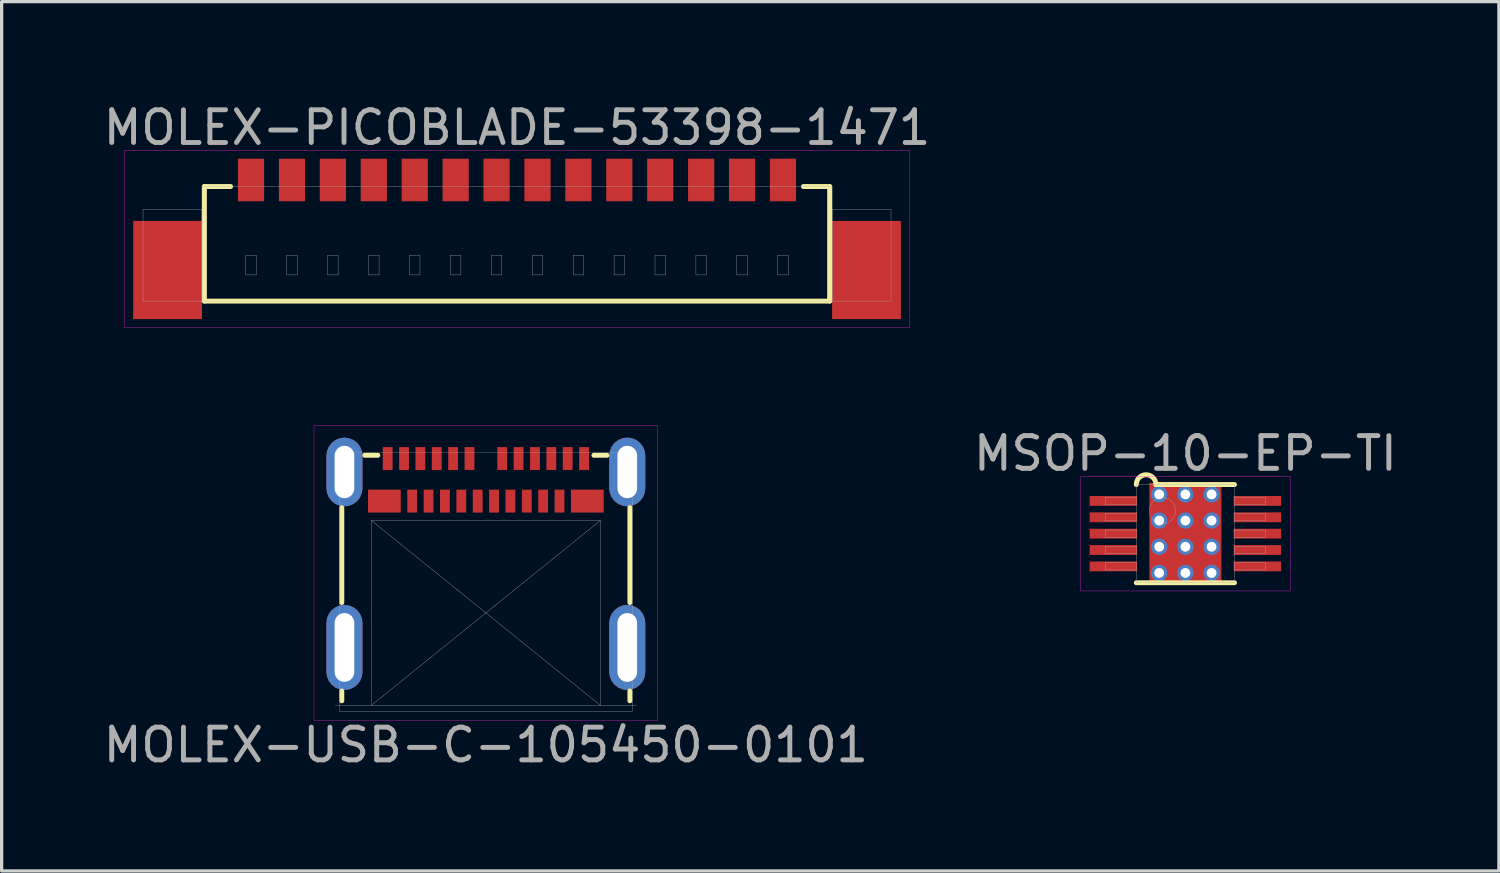
<source format=kicad_pcb>
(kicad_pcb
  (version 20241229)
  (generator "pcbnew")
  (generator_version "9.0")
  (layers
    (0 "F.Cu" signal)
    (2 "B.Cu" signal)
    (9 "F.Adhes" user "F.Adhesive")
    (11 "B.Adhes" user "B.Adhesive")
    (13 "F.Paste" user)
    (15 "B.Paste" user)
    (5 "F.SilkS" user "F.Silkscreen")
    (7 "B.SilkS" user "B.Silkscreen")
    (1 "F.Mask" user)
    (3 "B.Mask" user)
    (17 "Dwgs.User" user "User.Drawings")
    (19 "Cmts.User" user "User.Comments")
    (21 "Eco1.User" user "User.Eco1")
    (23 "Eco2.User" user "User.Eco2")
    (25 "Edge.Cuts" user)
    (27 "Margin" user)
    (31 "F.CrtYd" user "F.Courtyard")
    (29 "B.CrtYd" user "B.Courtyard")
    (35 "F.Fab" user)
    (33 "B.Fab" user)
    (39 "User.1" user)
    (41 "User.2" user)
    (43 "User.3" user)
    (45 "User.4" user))
  (footprint "MSOP-10-EP-TI"
    (layer "F.Cu")
    (at 33.161 13.252)
    (property "Reference" "MSOP-10-EP-TI" (at 0 -2.45 0) (layer "F.Fab") (effects (font (size 1 1) (thickness 0.15))))
    (attr through_hole)
    (fp_line (start -1.5 1.5) (end 1.5 1.5) (stroke (width 0.15) (type solid)) (layer "F.SilkS"))
    (fp_line (start -0.9 -1.5) (end 1.5 -1.5) (stroke (width 0.15) (type solid)) (layer "F.SilkS"))
    (fp_arc (start -1.5 -1.5) (mid -1.2 -1.8) (end -0.9 -1.5) (stroke (width 0.15) (type solid)) (layer "F.SilkS"))
    (fp_line (start -3.2 -1.75) (end 3.2 -1.75) (stroke (width 0.01) (type solid)) (layer "F.CrtYd"))
    (fp_line (start -3.2 1.75) (end -3.2 -1.75) (stroke (width 0.01) (type solid)) (layer "F.CrtYd"))
    (fp_line (start 3.2 -1.75) (end 3.2 1.75) (stroke (width 0.01) (type solid)) (layer "F.CrtYd"))
    (fp_line (start 3.2 1.75) (end -3.2 1.75) (stroke (width 0.01) (type solid)) (layer "F.CrtYd"))
    (fp_line (start -2.45 -1.11) (end -1.5 -1.11) (stroke (width 0.01) (type solid)) (layer "F.Fab"))
    (fp_line (start -2.45 -0.89) (end -2.45 -1.11) (stroke (width 0.01) (type solid)) (layer "F.Fab"))
    (fp_line (start -2.45 -0.61) (end -1.5 -0.61) (stroke (width 0.01) (type solid)) (layer "F.Fab"))
    (fp_line (start -2.45 -0.39) (end -2.45 -0.61) (stroke (width 0.01) (type solid)) (layer "F.Fab"))
    (fp_line (start -2.45 -0.11) (end -1.5 -0.11) (stroke (width 0.01) (type solid)) (layer "F.Fab"))
    (fp_line (start -2.45 0.11) (end -2.45 -0.11) (stroke (width 0.01) (type solid)) (layer "F.Fab"))
    (fp_line (start -2.45 0.39) (end -1.5 0.39) (stroke (width 0.01) (type solid)) (layer "F.Fab"))
    (fp_line (start -2.45 0.61) (end -2.45 0.39) (stroke (width 0.01) (type solid)) (layer "F.Fab"))
    (fp_line (start -2.45 0.89) (end -1.5 0.89) (stroke (width 0.01) (type solid)) (layer "F.Fab"))
    (fp_line (start -2.45 1.11) (end -2.45 0.89) (stroke (width 0.01) (type solid)) (layer "F.Fab"))
    (fp_line (start -1.5 -1.5) (end 1.5 -1.5) (stroke (width 0.01) (type solid)) (layer "F.Fab"))
    (fp_line (start -1.5 -0.89) (end -2.45 -0.89) (stroke (width 0.01) (type solid)) (layer "F.Fab"))
    (fp_line (start -1.5 -0.39) (end -2.45 -0.39) (stroke (width 0.01) (type solid)) (layer "F.Fab"))
    (fp_line (start -1.5 0.11) (end -2.45 0.11) (stroke (width 0.01) (type solid)) (layer "F.Fab"))
    (fp_line (start -1.5 0.61) (end -2.45 0.61) (stroke (width 0.01) (type solid)) (layer "F.Fab"))
    (fp_line (start -1.5 1.11) (end -2.45 1.11) (stroke (width 0.01) (type solid)) (layer "F.Fab"))
    (fp_line (start -1.5 1.5) (end -1.5 -1.5) (stroke (width 0.01) (type solid)) (layer "F.Fab"))
    (fp_line (start 1.5 -1.5) (end 1.5 1.5) (stroke (width 0.01) (type solid)) (layer "F.Fab"))
    (fp_line (start 1.5 -1.11) (end 2.45 -1.11) (stroke (width 0.01) (type solid)) (layer "F.Fab"))
    (fp_line (start 1.5 -0.61) (end 2.45 -0.61) (stroke (width 0.01) (type solid)) (layer "F.Fab"))
    (fp_line (start 1.5 -0.11) (end 2.45 -0.11) (stroke (width 0.01) (type solid)) (layer "F.Fab"))
    (fp_line (start 1.5 0.39) (end 2.45 0.39) (stroke (width 0.01) (type solid)) (layer "F.Fab"))
    (fp_line (start 1.5 0.89) (end 2.45 0.89) (stroke (width 0.01) (type solid)) (layer "F.Fab"))
    (fp_line (start 1.5 1.5) (end -1.5 1.5) (stroke (width 0.01) (type solid)) (layer "F.Fab"))
    (fp_line (start 2.45 -1.11) (end 2.45 -0.89) (stroke (width 0.01) (type solid)) (layer "F.Fab"))
    (fp_line (start 2.45 -0.89) (end 1.5 -0.89) (stroke (width 0.01) (type solid)) (layer "F.Fab"))
    (fp_line (start 2.45 -0.61) (end 2.45 -0.39) (stroke (width 0.01) (type solid)) (layer "F.Fab"))
    (fp_line (start 2.45 -0.39) (end 1.5 -0.39) (stroke (width 0.01) (type solid)) (layer "F.Fab"))
    (fp_line (start 2.45 -0.11) (end 2.45 0.11) (stroke (width 0.01) (type solid)) (layer "F.Fab"))
    (fp_line (start 2.45 0.11) (end 1.5 0.11) (stroke (width 0.01) (type solid)) (layer "F.Fab"))
    (fp_line (start 2.45 0.39) (end 2.45 0.61) (stroke (width 0.01) (type solid)) (layer "F.Fab"))
    (fp_line (start 2.45 0.61) (end 1.5 0.61) (stroke (width 0.01) (type solid)) (layer "F.Fab"))
    (fp_line (start 2.45 0.89) (end 2.45 1.11) (stroke (width 0.01) (type solid)) (layer "F.Fab"))
    (fp_line (start 2.45 1.11) (end 1.5 1.11) (stroke (width 0.01) (type solid)) (layer "F.Fab"))
    (fp_circle (center -0.7 -0.7) (end -0.7 -0.3) (stroke (width 0.01) (type solid)) (fill no) (layer "F.Fab"))
    (pad "" smd rect (at 0 0) (size 1.83 1.89) (layers "F.Mask"))
    (pad "" smd rect (at 0 0) (size 1.83 1.89) (layers "F.Paste"))
    (pad "1" smd rect (at -2.2 -1) (size 1.45 0.3) (layers "F.Cu" "F.Mask" "F.Paste"))
    (pad "2" smd rect (at -2.2 -0.5) (size 1.45 0.3) (layers "F.Cu" "F.Mask" "F.Paste"))
    (pad "3" smd rect (at -2.2 0) (size 1.45 0.3) (layers "F.Cu" "F.Mask" "F.Paste"))
    (pad "4" smd rect (at -2.2 0.5) (size 1.45 0.3) (layers "F.Cu" "F.Mask" "F.Paste"))
    (pad "5" smd rect (at -2.2 1) (size 1.45 0.3) (layers "F.Cu" "F.Mask" "F.Paste"))
    (pad "6" smd rect (at 2.2 1) (size 1.45 0.3) (layers "F.Cu" "F.Mask" "F.Paste"))
    (pad "7" smd rect (at 2.2 0.5) (size 1.45 0.3) (layers "F.Cu" "F.Mask" "F.Paste"))
    (pad "8" smd rect (at 2.2 0) (size 1.45 0.3) (layers "F.Cu" "F.Mask" "F.Paste"))
    (pad "9" smd rect (at 2.2 -0.5) (size 1.45 0.3) (layers "F.Cu" "F.Mask" "F.Paste"))
    (pad "10" smd rect (at 2.2 -1) (size 1.45 0.3) (layers "F.Cu" "F.Mask" "F.Paste"))
    (pad "EP" thru_hole circle (at -0.8 -1.2) (size 0.5 0.5) (drill 0.3) (layers "*.Cu"))
    (pad "EP" thru_hole circle (at -0.8 -0.4) (size 0.5 0.5) (drill 0.3) (layers "*.Cu"))
    (pad "EP" thru_hole circle (at -0.8 0.4) (size 0.5 0.5) (drill 0.3) (layers "*.Cu"))
    (pad "EP" thru_hole circle (at -0.8 1.2) (size 0.5 0.5) (drill 0.3) (layers "*.Cu"))
    (pad "EP" thru_hole circle (at 0 -1.2) (size 0.5 0.5) (drill 0.3) (layers "*.Cu"))
    (pad "EP" thru_hole circle (at 0 -0.4) (size 0.5 0.5) (drill 0.3) (layers "*.Cu"))
    (pad "EP" smd rect (at 0 0) (size 2.2 3.1) (layers "F.Cu"))
    (pad "EP" thru_hole circle (at 0 0.4) (size 0.5 0.5) (drill 0.3) (layers "*.Cu"))
    (pad "EP" thru_hole circle (at 0 1.2) (size 0.5 0.5) (drill 0.3) (layers "*.Cu"))
    (pad "EP" thru_hole circle (at 0.8 -1.2) (size 0.5 0.5) (drill 0.3) (layers "*.Cu"))
    (pad "EP" thru_hole circle (at 0.8 -0.4) (size 0.5 0.5) (drill 0.3) (layers "*.Cu"))
    (pad "EP" thru_hole circle (at 0.8 0.4) (size 0.5 0.5) (drill 0.3) (layers "*.Cu"))
    (pad "EP" thru_hole circle (at 0.8 1.2) (size 0.5 0.5) (drill 0.3) (layers "*.Cu")))
  (footprint "MOLEX-USB-C-105450-0101"
    (layer "F.Cu")
    (at 11.792 10.958)
    (property "Reference" "MOLEX-USB-C-105450-0101" (at 0 8.75 0) (layer "F.Fab") (effects (font (size 1 1) (thickness 0.15))))
    (attr through_hole)
    (fp_line (start -4.4 1.5) (end -4.4 4.4) (stroke (width 0.15) (type solid)) (layer "F.SilkS"))
    (fp_line (start -4.4 7.4) (end -4.4 7.1) (stroke (width 0.15) (type solid)) (layer "F.SilkS"))
    (fp_line (start -3.7 -0.1) (end -3.3 -0.1) (stroke (width 0.15) (type solid)) (layer "F.SilkS"))
    (fp_line (start 3.3 -0.1) (end 3.7 -0.1) (stroke (width 0.15) (type solid)) (layer "F.SilkS"))
    (fp_line (start 4.4 1.5) (end 4.4 4.4) (stroke (width 0.15) (type solid)) (layer "F.SilkS"))
    (fp_line (start 4.4 7.4) (end 4.4 7.1) (stroke (width 0.15) (type solid)) (layer "F.SilkS"))
    (fp_line (start -5.25 -1) (end 5.25 -1) (stroke (width 0.01) (type solid)) (layer "F.CrtYd"))
    (fp_line (start -5.25 8) (end -5.25 -1) (stroke (width 0.01) (type solid)) (layer "F.CrtYd"))
    (fp_line (start 5.25 -1) (end 5.25 8) (stroke (width 0.01) (type solid)) (layer "F.CrtYd"))
    (fp_line (start 5.25 8) (end -5.25 8) (stroke (width 0.01) (type solid)) (layer "F.CrtYd"))
    (fp_line (start -4.47 -0.18) (end 4.47 -0.18) (stroke (width 0.01) (type solid)) (layer "F.Fab"))
    (fp_line (start -4.47 7.72) (end -4.47 -0.18) (stroke (width 0.01) (type solid)) (layer "F.Fab"))
    (fp_line (start -4.47 7.72) (end 4.47 7.72) (stroke (width 0.01) (type solid)) (layer "F.Fab"))
    (fp_line (start -3.5 1.89) (end 3.5 7.54) (stroke (width 0.01) (type solid)) (layer "F.Fab"))
    (fp_line (start -3.5 7.54) (end -4.6 7.54) (stroke (width 0.01) (type solid)) (layer "F.Fab"))
    (fp_line (start -3.5 7.54) (end -3.5 1.89) (stroke (width 0.01) (type solid)) (layer "F.Fab"))
    (fp_line (start -3.5 7.54) (end 3.5 7.54) (stroke (width 0.01) (type solid)) (layer "F.Fab"))
    (fp_line (start 3.5 1.89) (end -3.5 1.89) (stroke (width 0.01) (type solid)) (layer "F.Fab"))
    (fp_line (start 3.5 1.89) (end -3.5 7.54) (stroke (width 0.01) (type solid)) (layer "F.Fab"))
    (fp_line (start 3.5 7.54) (end 3.5 1.89) (stroke (width 0.01) (type solid)) (layer "F.Fab"))
    (fp_line (start 3.5 7.54) (end 4.6 7.54) (stroke (width 0.01) (type solid)) (layer "F.Fab"))
    (fp_line (start 4.47 7.72) (end 4.47 -0.18) (stroke (width 0.01) (type solid)) (layer "F.Fab"))
    (pad "A1" smd rect (at -3 0) (size 0.3 0.7) (layers "F.Cu" "F.Mask" "F.Paste"))
    (pad "A2" smd rect (at -2.5 0) (size 0.3 0.7) (layers "F.Cu" "F.Mask" "F.Paste"))
    (pad "A3" smd rect (at -2 0) (size 0.3 0.7) (layers "F.Cu" "F.Mask" "F.Paste"))
    (pad "A4" smd rect (at -1.5 0) (size 0.3 0.7) (layers "F.Cu" "F.Mask" "F.Paste"))
    (pad "A5" smd rect (at -1 0) (size 0.3 0.7) (layers "F.Cu" "F.Mask" "F.Paste"))
    (pad "A6" smd rect (at -0.5 0) (size 0.3 0.7) (layers "F.Cu" "F.Mask" "F.Paste"))
    (pad "A7" smd rect (at 0.5 0) (size 0.3 0.7) (layers "F.Cu" "F.Mask" "F.Paste"))
    (pad "A8" smd rect (at 1 0) (size 0.3 0.7) (layers "F.Cu" "F.Mask" "F.Paste"))
    (pad "A9" smd rect (at 1.5 0) (size 0.3 0.7) (layers "F.Cu" "F.Mask" "F.Paste"))
    (pad "A10" smd rect (at 2 0) (size 0.3 0.7) (layers "F.Cu" "F.Mask" "F.Paste"))
    (pad "A11" smd rect (at 2.5 0) (size 0.3 0.7) (layers "F.Cu" "F.Mask" "F.Paste"))
    (pad "A12" smd rect (at 3 0) (size 0.3 0.7) (layers "F.Cu" "F.Mask" "F.Paste"))
    (pad "B1" smd rect (at 3.1 1.3) (size 1 0.7) (layers "F.Cu" "F.Mask" "F.Paste"))
    (pad "B2" smd rect (at 2.25 1.3) (size 0.3 0.7) (layers "F.Cu" "F.Mask" "F.Paste"))
    (pad "B3" smd rect (at 1.75 1.3) (size 0.3 0.7) (layers "F.Cu" "F.Mask" "F.Paste"))
    (pad "B4" smd rect (at 1.25 1.3) (size 0.3 0.7) (layers "F.Cu" "F.Mask" "F.Paste"))
    (pad "B5" smd rect (at 0.75 1.3) (size 0.3 0.7) (layers "F.Cu" "F.Mask" "F.Paste"))
    (pad "B6" smd rect (at 0.25 1.3) (size 0.3 0.7) (layers "F.Cu" "F.Mask" "F.Paste"))
    (pad "B7" smd rect (at -0.25 1.3) (size 0.3 0.7) (layers "F.Cu" "F.Mask" "F.Paste"))
    (pad "B8" smd rect (at -0.75 1.3) (size 0.3 0.7) (layers "F.Cu" "F.Mask" "F.Paste"))
    (pad "B9" smd rect (at -1.25 1.3) (size 0.3 0.7) (layers "F.Cu" "F.Mask" "F.Paste"))
    (pad "B10" smd rect (at -1.75 1.3) (size 0.3 0.7) (layers "F.Cu" "F.Mask" "F.Paste"))
    (pad "B11" smd rect (at -2.25 1.3) (size 0.3 0.7) (layers "F.Cu" "F.Mask" "F.Paste"))
    (pad "B12" smd rect (at -3.1 1.3) (size 1 0.7) (layers "F.Cu" "F.Mask" "F.Paste"))
    (pad "S" thru_hole roundrect (at -4.32 0.41) (size 1.1 2.1) (drill oval 0.6 1.6) (layers "*.Cu" "*.Mask") (roundrect_rratio 0.5))
    (pad "S" thru_hole roundrect (at -4.32 5.77) (size 1.1 2.6) (drill oval 0.6 2.1) (layers "*.Cu" "*.Mask") (roundrect_rratio 0.5))
    (pad "S" thru_hole roundrect (at 4.32 0.41) (size 1.1 2.1) (drill oval 0.6 1.6) (layers "*.Cu" "*.Mask") (roundrect_rratio 0.5))
    (pad "S" thru_hole roundrect (at 4.32 5.77) (size 1.1 2.6) (drill oval 0.6 2.1) (layers "*.Cu" "*.Mask") (roundrect_rratio 0.5)))
  (footprint "MOLEX-PICOBLADE-53398-1471"
    (layer "F.Cu")
    (at 12.744 2.448)
    (property "Reference" "MOLEX-PICOBLADE-53398-1471" (at 0 -1.6 0) (layer "F.Fab") (effects (font (size 1 1) (thickness 0.15))))
    (attr through_hole)
    (fp_line (start -9.55 0.2) (end -9.55 3.7) (stroke (width 0.15) (type solid)) (layer "F.SilkS"))
    (fp_line (start -9.55 3.7) (end 9.55 3.7) (stroke (width 0.15) (type solid)) (layer "F.SilkS"))
    (fp_line (start -8.75 0.2) (end -9.55 0.2) (stroke (width 0.15) (type solid)) (layer "F.SilkS"))
    (fp_line (start 8.75 0.2) (end 9.55 0.2) (stroke (width 0.15) (type solid)) (layer "F.SilkS"))
    (fp_line (start 9.55 3.7) (end 9.55 0.2) (stroke (width 0.15) (type solid)) (layer "F.SilkS"))
    (fp_line (start -12 -0.9) (end 12 -0.9) (stroke (width 0.01) (type solid)) (layer "F.CrtYd"))
    (fp_line (start -12 4.5) (end -12 -0.9) (stroke (width 0.01) (type solid)) (layer "F.CrtYd"))
    (fp_line (start 12 -0.9) (end 12 4.5) (stroke (width 0.01) (type solid)) (layer "F.CrtYd"))
    (fp_line (start 12 4.5) (end -12 4.5) (stroke (width 0.01) (type solid)) (layer "F.CrtYd"))
    (fp_line (start -11.425 0.9) (end -9.625 0.9) (stroke (width 0.01) (type solid)) (layer "F.Fab"))
    (fp_line (start -11.425 3.7) (end -11.425 0.9) (stroke (width 0.01) (type solid)) (layer "F.Fab"))
    (fp_line (start -9.625 0.2) (end 9.625 0.2) (stroke (width 0.01) (type solid)) (layer "F.Fab"))
    (fp_line (start -9.625 0.9) (end -9.625 3.7) (stroke (width 0.01) (type solid)) (layer "F.Fab"))
    (fp_line (start -9.625 3.7) (end -11.425 3.7) (stroke (width 0.01) (type solid)) (layer "F.Fab"))
    (fp_line (start -9.625 3.7) (end -9.625 0.2) (stroke (width 0.01) (type solid)) (layer "F.Fab"))
    (fp_line (start -8.285 2.3) (end -7.965 2.3) (stroke (width 0.01) (type solid)) (layer "F.Fab"))
    (fp_line (start -8.285 2.9) (end -8.285 2.3) (stroke (width 0.01) (type solid)) (layer "F.Fab"))
    (fp_line (start -7.965 2.3) (end -7.965 2.9) (stroke (width 0.01) (type solid)) (layer "F.Fab"))
    (fp_line (start -7.965 2.9) (end -8.285 2.9) (stroke (width 0.01) (type solid)) (layer "F.Fab"))
    (fp_line (start -7.035 2.3) (end -6.715 2.3) (stroke (width 0.01) (type solid)) (layer "F.Fab"))
    (fp_line (start -7.035 2.9) (end -7.035 2.3) (stroke (width 0.01) (type solid)) (layer "F.Fab"))
    (fp_line (start -6.715 2.3) (end -6.715 2.9) (stroke (width 0.01) (type solid)) (layer "F.Fab"))
    (fp_line (start -6.715 2.9) (end -7.035 2.9) (stroke (width 0.01) (type solid)) (layer "F.Fab"))
    (fp_line (start -5.785 2.3) (end -5.465 2.3) (stroke (width 0.01) (type solid)) (layer "F.Fab"))
    (fp_line (start -5.785 2.9) (end -5.785 2.3) (stroke (width 0.01) (type solid)) (layer "F.Fab"))
    (fp_line (start -5.465 2.3) (end -5.465 2.9) (stroke (width 0.01) (type solid)) (layer "F.Fab"))
    (fp_line (start -5.465 2.9) (end -5.785 2.9) (stroke (width 0.01) (type solid)) (layer "F.Fab"))
    (fp_line (start -4.535 2.3) (end -4.215 2.3) (stroke (width 0.01) (type solid)) (layer "F.Fab"))
    (fp_line (start -4.535 2.9) (end -4.535 2.3) (stroke (width 0.01) (type solid)) (layer "F.Fab"))
    (fp_line (start -4.215 2.3) (end -4.215 2.9) (stroke (width 0.01) (type solid)) (layer "F.Fab"))
    (fp_line (start -4.215 2.9) (end -4.535 2.9) (stroke (width 0.01) (type solid)) (layer "F.Fab"))
    (fp_line (start -3.285 2.3) (end -2.965 2.3) (stroke (width 0.01) (type solid)) (layer "F.Fab"))
    (fp_line (start -3.285 2.9) (end -3.285 2.3) (stroke (width 0.01) (type solid)) (layer "F.Fab"))
    (fp_line (start -2.965 2.3) (end -2.965 2.9) (stroke (width 0.01) (type solid)) (layer "F.Fab"))
    (fp_line (start -2.965 2.9) (end -3.285 2.9) (stroke (width 0.01) (type solid)) (layer "F.Fab"))
    (fp_line (start -2.035 2.3) (end -1.715 2.3) (stroke (width 0.01) (type solid)) (layer "F.Fab"))
    (fp_line (start -2.035 2.9) (end -2.035 2.3) (stroke (width 0.01) (type solid)) (layer "F.Fab"))
    (fp_line (start -1.715 2.3) (end -1.715 2.9) (stroke (width 0.01) (type solid)) (layer "F.Fab"))
    (fp_line (start -1.715 2.9) (end -2.035 2.9) (stroke (width 0.01) (type solid)) (layer "F.Fab"))
    (fp_line (start -0.785 2.3) (end -0.465 2.3) (stroke (width 0.01) (type solid)) (layer "F.Fab"))
    (fp_line (start -0.785 2.9) (end -0.785 2.3) (stroke (width 0.01) (type solid)) (layer "F.Fab"))
    (fp_line (start -0.465 2.3) (end -0.465 2.9) (stroke (width 0.01) (type solid)) (layer "F.Fab"))
    (fp_line (start -0.465 2.9) (end -0.785 2.9) (stroke (width 0.01) (type solid)) (layer "F.Fab"))
    (fp_line (start 0.465 2.3) (end 0.785 2.3) (stroke (width 0.01) (type solid)) (layer "F.Fab"))
    (fp_line (start 0.465 2.9) (end 0.465 2.3) (stroke (width 0.01) (type solid)) (layer "F.Fab"))
    (fp_line (start 0.785 2.3) (end 0.785 2.9) (stroke (width 0.01) (type solid)) (layer "F.Fab"))
    (fp_line (start 0.785 2.9) (end 0.465 2.9) (stroke (width 0.01) (type solid)) (layer "F.Fab"))
    (fp_line (start 1.715 2.3) (end 2.035 2.3) (stroke (width 0.01) (type solid)) (layer "F.Fab"))
    (fp_line (start 1.715 2.9) (end 1.715 2.3) (stroke (width 0.01) (type solid)) (layer "F.Fab"))
    (fp_line (start 2.035 2.3) (end 2.035 2.9) (stroke (width 0.01) (type solid)) (layer "F.Fab"))
    (fp_line (start 2.035 2.9) (end 1.715 2.9) (stroke (width 0.01) (type solid)) (layer "F.Fab"))
    (fp_line (start 2.965 2.3) (end 3.285 2.3) (stroke (width 0.01) (type solid)) (layer "F.Fab"))
    (fp_line (start 2.965 2.9) (end 2.965 2.3) (stroke (width 0.01) (type solid)) (layer "F.Fab"))
    (fp_line (start 3.285 2.3) (end 3.285 2.9) (stroke (width 0.01) (type solid)) (layer "F.Fab"))
    (fp_line (start 3.285 2.9) (end 2.965 2.9) (stroke (width 0.01) (type solid)) (layer "F.Fab"))
    (fp_line (start 4.215 2.3) (end 4.535 2.3) (stroke (width 0.01) (type solid)) (layer "F.Fab"))
    (fp_line (start 4.215 2.9) (end 4.215 2.3) (stroke (width 0.01) (type solid)) (layer "F.Fab"))
    (fp_line (start 4.535 2.3) (end 4.535 2.9) (stroke (width 0.01) (type solid)) (layer "F.Fab"))
    (fp_line (start 4.535 2.9) (end 4.215 2.9) (stroke (width 0.01) (type solid)) (layer "F.Fab"))
    (fp_line (start 5.465 2.3) (end 5.785 2.3) (stroke (width 0.01) (type solid)) (layer "F.Fab"))
    (fp_line (start 5.465 2.9) (end 5.465 2.3) (stroke (width 0.01) (type solid)) (layer "F.Fab"))
    (fp_line (start 5.785 2.3) (end 5.785 2.9) (stroke (width 0.01) (type solid)) (layer "F.Fab"))
    (fp_line (start 5.785 2.9) (end 5.465 2.9) (stroke (width 0.01) (type solid)) (layer "F.Fab"))
    (fp_line (start 6.715 2.3) (end 7.035 2.3) (stroke (width 0.01) (type solid)) (layer "F.Fab"))
    (fp_line (start 6.715 2.9) (end 6.715 2.3) (stroke (width 0.01) (type solid)) (layer "F.Fab"))
    (fp_line (start 7.035 2.3) (end 7.035 2.9) (stroke (width 0.01) (type solid)) (layer "F.Fab"))
    (fp_line (start 7.035 2.9) (end 6.715 2.9) (stroke (width 0.01) (type solid)) (layer "F.Fab"))
    (fp_line (start 7.965 2.3) (end 8.285 2.3) (stroke (width 0.01) (type solid)) (layer "F.Fab"))
    (fp_line (start 7.965 2.9) (end 7.965 2.3) (stroke (width 0.01) (type solid)) (layer "F.Fab"))
    (fp_line (start 8.285 2.3) (end 8.285 2.9) (stroke (width 0.01) (type solid)) (layer "F.Fab"))
    (fp_line (start 8.285 2.9) (end 7.965 2.9) (stroke (width 0.01) (type solid)) (layer "F.Fab"))
    (fp_line (start 9.625 0.2) (end 9.625 3.7) (stroke (width 0.01) (type solid)) (layer "F.Fab"))
    (fp_line (start 9.625 0.9) (end 11.425 0.9) (stroke (width 0.01) (type solid)) (layer "F.Fab"))
    (fp_line (start 9.625 3.7) (end -9.625 3.7) (stroke (width 0.01) (type solid)) (layer "F.Fab"))
    (fp_line (start 9.625 3.7) (end 9.625 0.9) (stroke (width 0.01) (type solid)) (layer "F.Fab"))
    (fp_line (start 11.425 0.9) (end 11.425 3.7) (stroke (width 0.01) (type solid)) (layer "F.Fab"))
    (fp_line (start 11.425 3.7) (end 9.625 3.7) (stroke (width 0.01) (type solid)) (layer "F.Fab"))
    (pad "" smd rect (at -10.675 2.75) (size 2.1 3) (layers "F.Cu" "F.Mask" "F.Paste"))
    (pad "" smd rect (at 10.675 2.75) (size 2.1 3) (layers "F.Cu" "F.Mask" "F.Paste"))
    (pad "1" smd rect (at -8.125 0) (size 0.8 1.3) (layers "F.Cu" "F.Mask" "F.Paste"))
    (pad "2" smd rect (at -6.875 0) (size 0.8 1.3) (layers "F.Cu" "F.Mask" "F.Paste"))
    (pad "3" smd rect (at -5.625 0) (size 0.8 1.3) (layers "F.Cu" "F.Mask" "F.Paste"))
    (pad "4" smd rect (at -4.375 0) (size 0.8 1.3) (layers "F.Cu" "F.Mask" "F.Paste"))
    (pad "5" smd rect (at -3.125 0) (size 0.8 1.3) (layers "F.Cu" "F.Mask" "F.Paste"))
    (pad "6" smd rect (at -1.875 0) (size 0.8 1.3) (layers "F.Cu" "F.Mask" "F.Paste"))
    (pad "7" smd rect (at -0.625 0) (size 0.8 1.3) (layers "F.Cu" "F.Mask" "F.Paste"))
    (pad "8" smd rect (at 0.625 0) (size 0.8 1.3) (layers "F.Cu" "F.Mask" "F.Paste"))
    (pad "9" smd rect (at 1.875 0) (size 0.8 1.3) (layers "F.Cu" "F.Mask" "F.Paste"))
    (pad "10" smd rect (at 3.125 0) (size 0.8 1.3) (layers "F.Cu" "F.Mask" "F.Paste"))
    (pad "11" smd rect (at 4.375 0) (size 0.8 1.3) (layers "F.Cu" "F.Mask" "F.Paste"))
    (pad "12" smd rect (at 5.625 0) (size 0.8 1.3) (layers "F.Cu" "F.Mask" "F.Paste"))
    (pad "13" smd rect (at 6.875 0) (size 0.8 1.3) (layers "F.Cu" "F.Mask" "F.Paste"))
    (pad "14" smd rect (at 8.125 0) (size 0.8 1.3) (layers "F.Cu" "F.Mask" "F.Paste")))
  (gr_rect
    (start -3 -3)
    (end 42.738 23.556)
    (stroke (width 0.1) (type default))
    (fill no)
    (layer "Edge.Cuts")))
</source>
